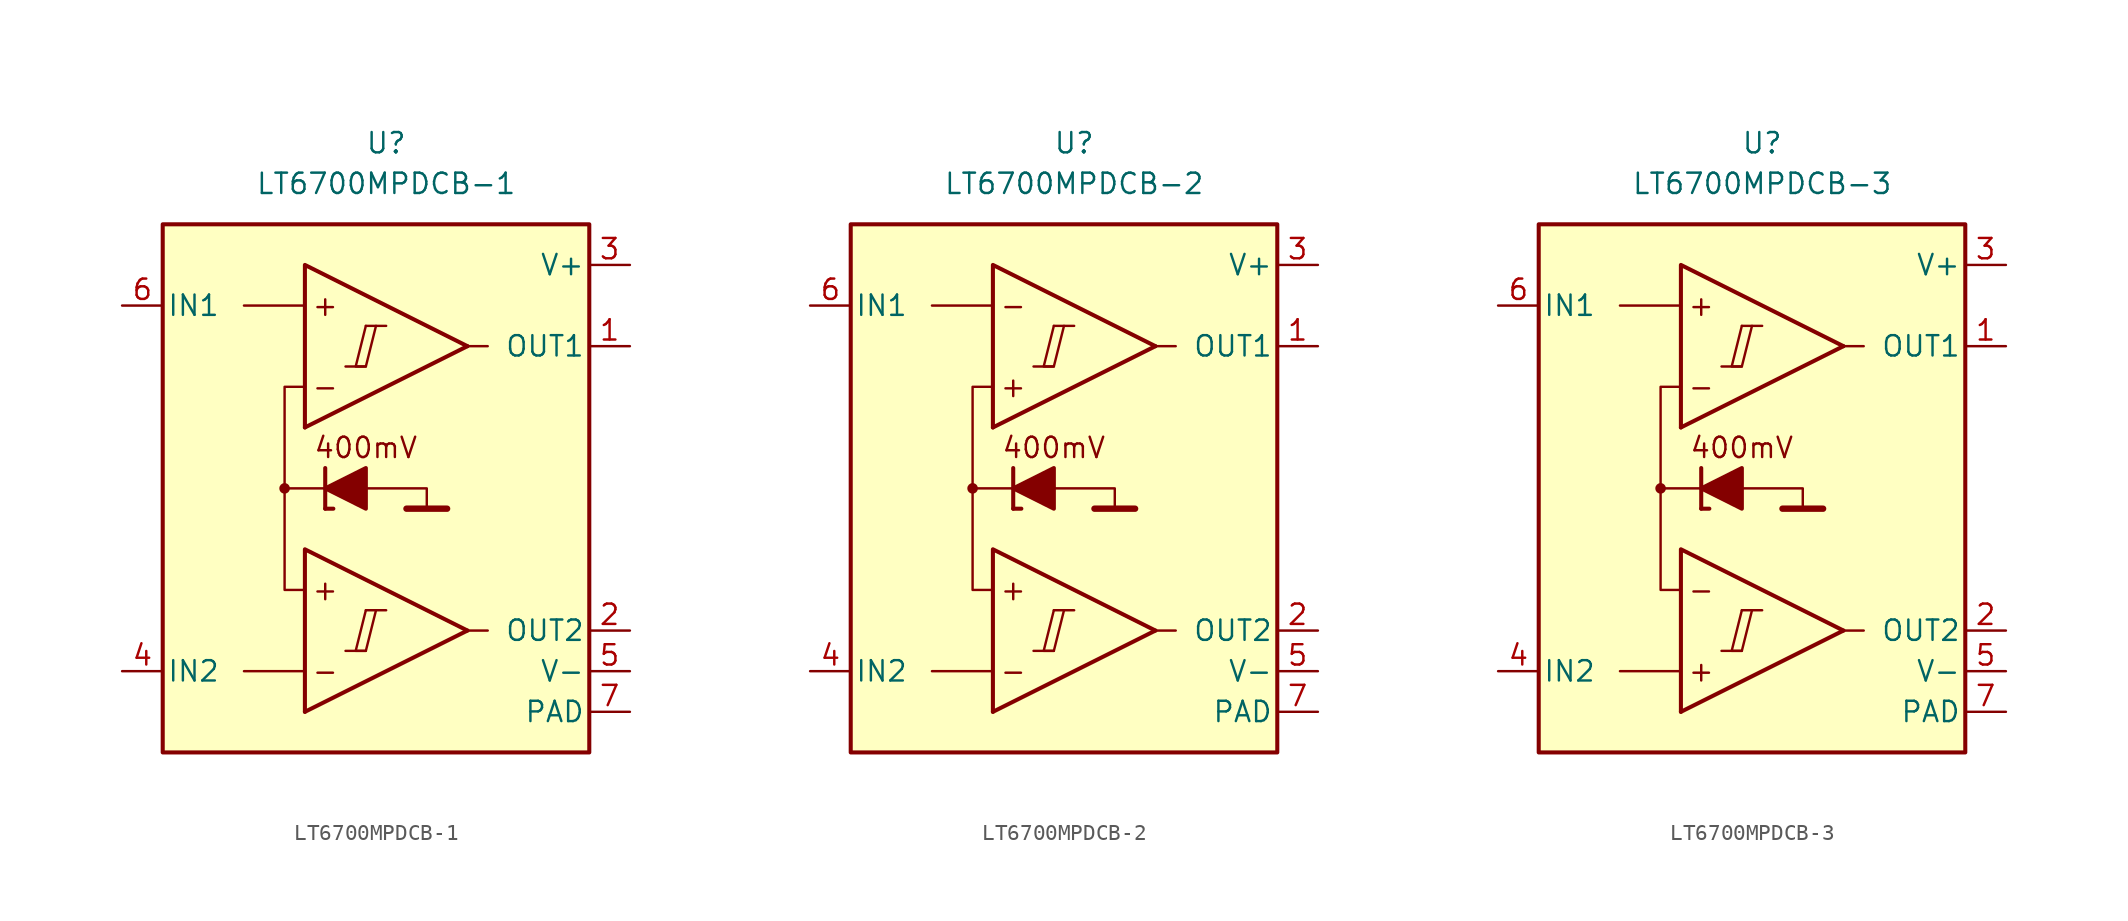
<source format=kicad_sym>
(kicad_symbol_lib
  (version 20231120)
  (generator "kicad_symbol_editor")
  (generator_version "8.0")
  (symbol "LT6700MPDCB-1"
    (pin_names
      (offset 0.254))
    (property "Reference" "U"
      (at 0 22.86 0)
      (effects (font (size 1.27 1.27))))
    (property "Value" "LT6700MPDCB-1"
      (at 0 20.32 0)
      (effects (font (size 1.27 1.27))))
    (symbol "LT6700MPDCB-1_0_0"
      (rectangle (start -13.97 17.78) (end 12.7 -15.24) (stroke (width 0.254) (type default)) (fill (type background)))
      (circle (center -6.35 1.27) (radius 0.254) (stroke (width 0.152) (type default)) (fill (type outline)))
      (polyline (pts (xy -2.54 -8.89) (xy -1.27 -8.89)) (stroke (width 0.152) (type default)) (fill (type none)))
      (polyline (pts (xy -2.54 8.89) (xy -1.27 8.89)) (stroke (width 0.152) (type default)) (fill (type none)))
      (polyline (pts (xy -1.27 -6.35) (xy 0 -6.35)) (stroke (width 0.152) (type default)) (fill (type none)))
      (polyline (pts (xy -1.27 11.43) (xy 0 11.43)) (stroke (width 0.152) (type default)) (fill (type none)))
      (polyline (pts (xy 5.08 -7.62) (xy -5.08 -12.7)) (stroke (width 0.254) (type default)) (fill (type none)))
      (polyline (pts (xy 5.08 10.16) (xy -5.08 5.08)) (stroke (width 0.254) (type default)) (fill (type none)))
      (polyline (pts (xy 5.08 -7.62) (xy -5.08 -2.54) (xy -5.08 -12.7)) (stroke (width 0.254) (type default)) (fill (type background)))
      (polyline (pts (xy 5.08 10.16) (xy -5.08 15.24) (xy -5.08 5.08)) (stroke (width 0.254) (type default)) (fill (type background)))
      (polyline (pts (xy -1.27 -6.35) (xy -1.905 -8.89) (xy -1.27 -8.89) (xy -0.635 -6.35)) (stroke (width 0.152) (type default)) (fill (type none)))
      (polyline (pts (xy -1.27 11.43) (xy -1.905 8.89) (xy -1.27 8.89) (xy -0.635 11.43)) (stroke (width 0.152) (type default)) (fill (type none)))
      (text "+" (at -3.81 -5.08 0) (effects (font (size 1.27 1.27))))
      (text "+" (at -3.81 12.7 0) (effects (font (size 1.27 1.27))))
      (text "-" (at -3.81 -10.16 0) (effects (font (size 1.27 1.27))))
      (text "-" (at -3.81 7.62 0) (effects (font (size 1.27 1.27)))))
    (symbol "LT6700MPDCB-1_0_1"
      (polyline (pts (xy -5.08 -10.16) (xy -8.89 -10.16)) (stroke (width 0) (type default)) (fill (type none)))
      (polyline (pts (xy -5.08 12.7) (xy -8.89 12.7)) (stroke (width 0) (type default)) (fill (type none)))
      (polyline (pts (xy -3.81 0) (xy -3.81 2.54)) (stroke (width 0.254) (type default)) (fill (type none)))
      (polyline (pts (xy -3.81 0) (xy -3.302 0)) (stroke (width 0.254) (type default)) (fill (type none)))
      (polyline (pts (xy -3.81 1.27) (xy -6.35 1.27)) (stroke (width 0.152) (type default)) (fill (type none)))
      (polyline (pts (xy 1.27 0) (xy 3.81 0)) (stroke (width 0.4) (type default)) (fill (type none)))
      (polyline (pts (xy 5.08 -7.62) (xy 6.35 -7.62)) (stroke (width 0) (type default)) (fill (type none)))
      (polyline (pts (xy 5.08 10.16) (xy 6.35 10.16)) (stroke (width 0) (type default)) (fill (type none)))
      (polyline (pts (xy -1.27 1.27) (xy 2.54 1.27) (xy 2.54 0)) (stroke (width 0.152) (type default)) (fill (type none)))
      (polyline (pts (xy -5.08 -5.08) (xy -6.35 -5.08) (xy -6.35 7.62) (xy -5.08 7.62)) (stroke (width 0.152) (type default)) (fill (type none)))
      (polyline (pts (xy -1.27 2.54) (xy -1.27 0) (xy -3.81 1.27) (xy -1.27 2.54)) (stroke (width 0.254) (type default)) (fill (type outline))))
    (symbol "LT6700MPDCB-1_1_0"
      (text "400mV" (at -1.27 3.81 0) (effects (font (size 1.27 1.27)))))
    (symbol "LT6700MPDCB-1_1_1"
      (pin output line (at 15.24 10.16 180) (length 2.54) (name "OUT1" (effects (font (size 1.27 1.27)))) (number "1" (effects (font (size 1.27 1.27)))))
      (pin output line (at 15.24 -7.62 180) (length 2.54) (name "OUT2" (effects (font (size 1.27 1.27)))) (number "2" (effects (font (size 1.27 1.27)))))
      (pin power_in line (at 15.24 15.24 180) (length 2.54) (name "V+" (effects (font (size 1.27 1.27)))) (number "3" (effects (font (size 1.27 1.27)))))
      (pin input line (at -16.51 -10.16 0) (length 2.54) (name "IN2" (effects (font (size 1.27 1.27)))) (number "4" (effects (font (size 1.27 1.27)))))
      (pin power_in line (at 15.24 -10.16 180) (length 2.54) (name "V-" (effects (font (size 1.27 1.27)))) (number "5" (effects (font (size 1.27 1.27)))))
      (pin input line (at -16.51 12.7 0) (length 2.54) (name "IN1" (effects (font (size 1.27 1.27)))) (number "6" (effects (font (size 1.27 1.27)))))
      (pin power_in line (at 15.24 -12.7 180) (length 2.54) (name "PAD" (effects (font (size 1.27 1.27)))) (number "7" (effects (font (size 1.27 1.27)))))))
  (symbol "LT6700MPDCB-2"
    (pin_names
      (offset 0.254))
    (property "Reference" "U"
      (at 0 22.86 0)
      (effects (font (size 1.27 1.27))))
    (property "Value" "LT6700MPDCB-2"
      (at 0 20.32 0)
      (effects (font (size 1.27 1.27))))
    (symbol "LT6700MPDCB-2_0_0"
      (rectangle (start -13.97 17.78) (end 12.7 -15.24) (stroke (width 0.254) (type default)) (fill (type background)))
      (circle (center -6.35 1.27) (radius 0.254) (stroke (width 0.152) (type default)) (fill (type outline)))
      (polyline (pts (xy -2.54 -8.89) (xy -1.27 -8.89)) (stroke (width 0.152) (type default)) (fill (type none)))
      (polyline (pts (xy -2.54 8.89) (xy -1.27 8.89)) (stroke (width 0.152) (type default)) (fill (type none)))
      (polyline (pts (xy -1.27 -6.35) (xy 0 -6.35)) (stroke (width 0.152) (type default)) (fill (type none)))
      (polyline (pts (xy -1.27 11.43) (xy 0 11.43)) (stroke (width 0.152) (type default)) (fill (type none)))
      (polyline (pts (xy 5.08 -7.62) (xy -5.08 -12.7)) (stroke (width 0.254) (type default)) (fill (type none)))
      (polyline (pts (xy 5.08 10.16) (xy -5.08 5.08)) (stroke (width 0.254) (type default)) (fill (type none)))
      (polyline (pts (xy 5.08 -7.62) (xy -5.08 -2.54) (xy -5.08 -12.7)) (stroke (width 0.254) (type default)) (fill (type background)))
      (polyline (pts (xy 5.08 10.16) (xy -5.08 15.24) (xy -5.08 5.08)) (stroke (width 0.254) (type default)) (fill (type background)))
      (polyline (pts (xy -1.27 -6.35) (xy -1.905 -8.89) (xy -1.27 -8.89) (xy -0.635 -6.35)) (stroke (width 0.152) (type default)) (fill (type none)))
      (polyline (pts (xy -1.27 11.43) (xy -1.905 8.89) (xy -1.27 8.89) (xy -0.635 11.43)) (stroke (width 0.152) (type default)) (fill (type none)))
      (text "+" (at -3.81 -5.08 0) (effects (font (size 1.27 1.27))))
      (text "+" (at -3.81 7.62 0) (effects (font (size 1.27 1.27))))
      (text "-" (at -3.81 -10.16 0) (effects (font (size 1.27 1.27))))
      (text "-" (at -3.81 12.7 0) (effects (font (size 1.27 1.27)))))
    (symbol "LT6700MPDCB-2_0_1"
      (polyline (pts (xy -5.08 -10.16) (xy -8.89 -10.16)) (stroke (width 0) (type default)) (fill (type none)))
      (polyline (pts (xy -5.08 12.7) (xy -8.89 12.7)) (stroke (width 0) (type default)) (fill (type none)))
      (polyline (pts (xy -3.81 0) (xy -3.81 2.54)) (stroke (width 0.254) (type default)) (fill (type none)))
      (polyline (pts (xy -3.81 0) (xy -3.302 0)) (stroke (width 0.254) (type default)) (fill (type none)))
      (polyline (pts (xy -3.81 1.27) (xy -6.35 1.27)) (stroke (width 0.152) (type default)) (fill (type none)))
      (polyline (pts (xy 1.27 0) (xy 3.81 0)) (stroke (width 0.4) (type default)) (fill (type none)))
      (polyline (pts (xy 5.08 -7.62) (xy 6.35 -7.62)) (stroke (width 0) (type default)) (fill (type none)))
      (polyline (pts (xy 5.08 10.16) (xy 6.35 10.16)) (stroke (width 0) (type default)) (fill (type none)))
      (polyline (pts (xy -1.27 1.27) (xy 2.54 1.27) (xy 2.54 0)) (stroke (width 0.152) (type default)) (fill (type none)))
      (polyline (pts (xy -5.08 -5.08) (xy -6.35 -5.08) (xy -6.35 7.62) (xy -5.08 7.62)) (stroke (width 0.152) (type default)) (fill (type none)))
      (polyline (pts (xy -1.27 2.54) (xy -1.27 0) (xy -3.81 1.27) (xy -1.27 2.54)) (stroke (width 0.254) (type default)) (fill (type outline))))
    (symbol "LT6700MPDCB-2_1_0"
      (text "400mV" (at -1.27 3.81 0) (effects (font (size 1.27 1.27)))))
    (symbol "LT6700MPDCB-2_1_1"
      (pin output line (at 15.24 10.16 180) (length 2.54) (name "OUT1" (effects (font (size 1.27 1.27)))) (number "1" (effects (font (size 1.27 1.27)))))
      (pin output line (at 15.24 -7.62 180) (length 2.54) (name "OUT2" (effects (font (size 1.27 1.27)))) (number "2" (effects (font (size 1.27 1.27)))))
      (pin power_in line (at 15.24 15.24 180) (length 2.54) (name "V+" (effects (font (size 1.27 1.27)))) (number "3" (effects (font (size 1.27 1.27)))))
      (pin input line (at -16.51 -10.16 0) (length 2.54) (name "IN2" (effects (font (size 1.27 1.27)))) (number "4" (effects (font (size 1.27 1.27)))))
      (pin power_in line (at 15.24 -10.16 180) (length 2.54) (name "V-" (effects (font (size 1.27 1.27)))) (number "5" (effects (font (size 1.27 1.27)))))
      (pin input line (at -16.51 12.7 0) (length 2.54) (name "IN1" (effects (font (size 1.27 1.27)))) (number "6" (effects (font (size 1.27 1.27)))))
      (pin power_in line (at 15.24 -12.7 180) (length 2.54) (name "PAD" (effects (font (size 1.27 1.27)))) (number "7" (effects (font (size 1.27 1.27)))))))
  (symbol "LT6700MPDCB-3"
    (pin_names
      (offset 0.254))
    (property "Reference" "U"
      (at 0 22.86 0)
      (effects (font (size 1.27 1.27))))
    (property "Value" "LT6700MPDCB-3"
      (at 0 20.32 0)
      (effects (font (size 1.27 1.27))))
    (symbol "LT6700MPDCB-3_0_0"
      (rectangle (start -13.97 17.78) (end 12.7 -15.24) (stroke (width 0.254) (type default)) (fill (type background)))
      (circle (center -6.35 1.27) (radius 0.254) (stroke (width 0.152) (type default)) (fill (type outline)))
      (polyline (pts (xy -2.54 -8.89) (xy -1.27 -8.89)) (stroke (width 0.152) (type default)) (fill (type none)))
      (polyline (pts (xy -2.54 8.89) (xy -1.27 8.89)) (stroke (width 0.152) (type default)) (fill (type none)))
      (polyline (pts (xy -1.27 -6.35) (xy 0 -6.35)) (stroke (width 0.152) (type default)) (fill (type none)))
      (polyline (pts (xy -1.27 11.43) (xy 0 11.43)) (stroke (width 0.152) (type default)) (fill (type none)))
      (polyline (pts (xy 5.08 -7.62) (xy -5.08 -12.7)) (stroke (width 0.254) (type default)) (fill (type none)))
      (polyline (pts (xy 5.08 10.16) (xy -5.08 5.08)) (stroke (width 0.254) (type default)) (fill (type none)))
      (polyline (pts (xy 5.08 -7.62) (xy -5.08 -2.54) (xy -5.08 -12.7)) (stroke (width 0.254) (type default)) (fill (type background)))
      (polyline (pts (xy 5.08 10.16) (xy -5.08 15.24) (xy -5.08 5.08)) (stroke (width 0.254) (type default)) (fill (type background)))
      (polyline (pts (xy -1.27 -6.35) (xy -1.905 -8.89) (xy -1.27 -8.89) (xy -0.635 -6.35)) (stroke (width 0.152) (type default)) (fill (type none)))
      (polyline (pts (xy -1.27 11.43) (xy -1.905 8.89) (xy -1.27 8.89) (xy -0.635 11.43)) (stroke (width 0.152) (type default)) (fill (type none)))
      (text "+" (at -3.81 -10.16 0) (effects (font (size 1.27 1.27))))
      (text "+" (at -3.81 12.7 0) (effects (font (size 1.27 1.27))))
      (text "-" (at -3.81 -5.08 0) (effects (font (size 1.27 1.27))))
      (text "-" (at -3.81 7.62 0) (effects (font (size 1.27 1.27)))))
    (symbol "LT6700MPDCB-3_0_1"
      (polyline (pts (xy -5.08 -10.16) (xy -8.89 -10.16)) (stroke (width 0) (type default)) (fill (type none)))
      (polyline (pts (xy -5.08 12.7) (xy -8.89 12.7)) (stroke (width 0) (type default)) (fill (type none)))
      (polyline (pts (xy -3.81 0) (xy -3.81 2.54)) (stroke (width 0.254) (type default)) (fill (type none)))
      (polyline (pts (xy -3.81 0) (xy -3.302 0)) (stroke (width 0.254) (type default)) (fill (type none)))
      (polyline (pts (xy -3.81 1.27) (xy -6.35 1.27)) (stroke (width 0.152) (type default)) (fill (type none)))
      (polyline (pts (xy 1.27 0) (xy 3.81 0)) (stroke (width 0.4) (type default)) (fill (type none)))
      (polyline (pts (xy 5.08 -7.62) (xy 6.35 -7.62)) (stroke (width 0) (type default)) (fill (type none)))
      (polyline (pts (xy 5.08 10.16) (xy 6.35 10.16)) (stroke (width 0) (type default)) (fill (type none)))
      (polyline (pts (xy -1.27 1.27) (xy 2.54 1.27) (xy 2.54 0)) (stroke (width 0.152) (type default)) (fill (type none)))
      (polyline (pts (xy -5.08 -5.08) (xy -6.35 -5.08) (xy -6.35 7.62) (xy -5.08 7.62)) (stroke (width 0.152) (type default)) (fill (type none)))
      (polyline (pts (xy -1.27 2.54) (xy -1.27 0) (xy -3.81 1.27) (xy -1.27 2.54)) (stroke (width 0.254) (type default)) (fill (type outline))))
    (symbol "LT6700MPDCB-3_1_0"
      (text "400mV" (at -1.27 3.81 0) (effects (font (size 1.27 1.27)))))
    (symbol "LT6700MPDCB-3_1_1"
      (pin output line (at 15.24 10.16 180) (length 2.54) (name "OUT1" (effects (font (size 1.27 1.27)))) (number "1" (effects (font (size 1.27 1.27)))))
      (pin output line (at 15.24 -7.62 180) (length 2.54) (name "OUT2" (effects (font (size 1.27 1.27)))) (number "2" (effects (font (size 1.27 1.27)))))
      (pin power_in line (at 15.24 15.24 180) (length 2.54) (name "V+" (effects (font (size 1.27 1.27)))) (number "3" (effects (font (size 1.27 1.27)))))
      (pin input line (at -16.51 -10.16 0) (length 2.54) (name "IN2" (effects (font (size 1.27 1.27)))) (number "4" (effects (font (size 1.27 1.27)))))
      (pin power_in line (at 15.24 -10.16 180) (length 2.54) (name "V-" (effects (font (size 1.27 1.27)))) (number "5" (effects (font (size 1.27 1.27)))))
      (pin input line (at -16.51 12.7 0) (length 2.54) (name "IN1" (effects (font (size 1.27 1.27)))) (number "6" (effects (font (size 1.27 1.27)))))
      (pin power_in line (at 15.24 -12.7 180) (length 2.54) (name "PAD" (effects (font (size 1.27 1.27)))) (number "7" (effects (font (size 1.27 1.27))))))))
</source>
